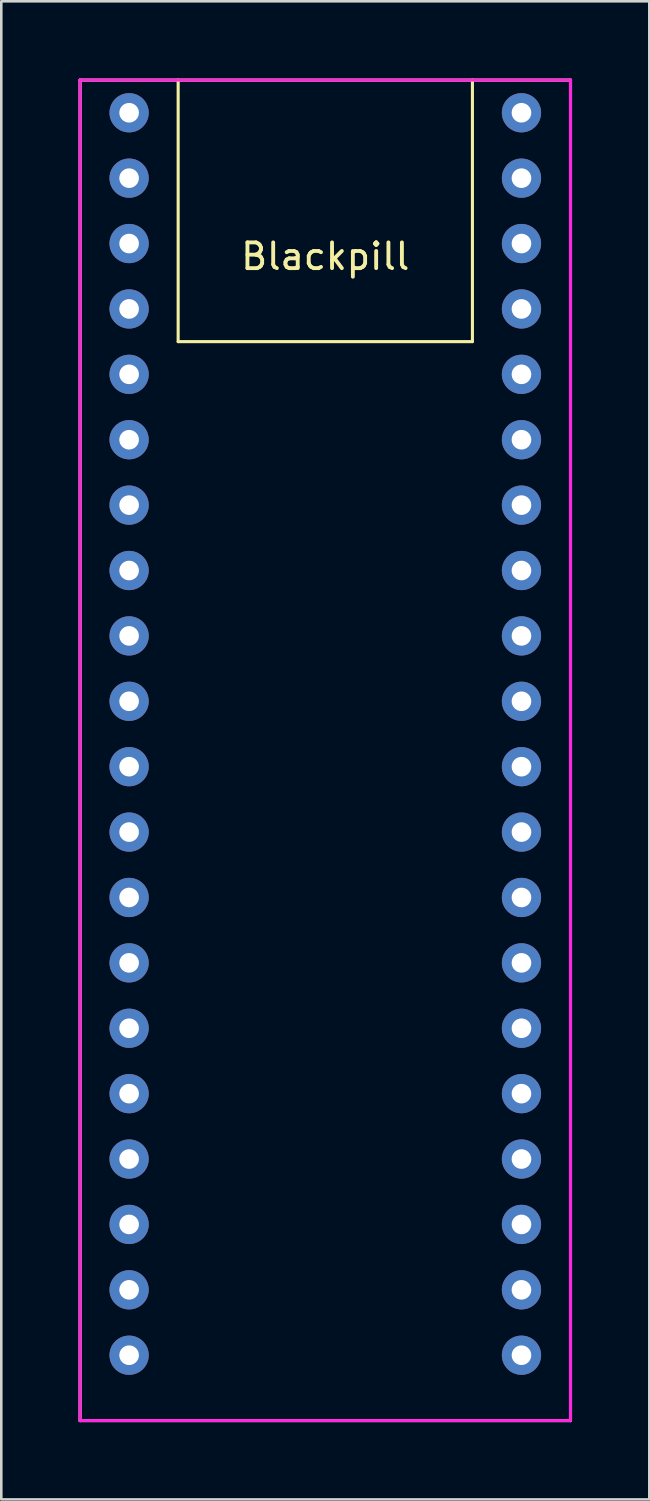
<source format=kicad_pcb>
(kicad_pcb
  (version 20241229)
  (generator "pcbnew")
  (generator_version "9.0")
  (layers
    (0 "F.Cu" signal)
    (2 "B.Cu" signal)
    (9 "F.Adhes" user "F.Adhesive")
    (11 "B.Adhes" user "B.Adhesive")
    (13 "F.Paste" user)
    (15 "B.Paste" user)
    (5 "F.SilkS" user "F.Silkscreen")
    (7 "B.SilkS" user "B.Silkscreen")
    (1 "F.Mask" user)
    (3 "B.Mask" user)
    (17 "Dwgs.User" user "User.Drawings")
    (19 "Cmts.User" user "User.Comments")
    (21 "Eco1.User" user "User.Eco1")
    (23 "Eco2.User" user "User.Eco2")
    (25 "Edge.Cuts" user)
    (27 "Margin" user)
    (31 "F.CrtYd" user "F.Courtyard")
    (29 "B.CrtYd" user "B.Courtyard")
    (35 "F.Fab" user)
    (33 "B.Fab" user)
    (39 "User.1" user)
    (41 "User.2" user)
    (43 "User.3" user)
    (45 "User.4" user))
  (footprint "Blackpill"
    (layer "F.Cu")
    (at 9.585 6.41)
    (property "Reference" "Blackpill" (at 0 0.5 0) (layer "F.SilkS") (effects (font (size 1 1) (thickness 0.15))))
    (attr through_hole)
    (fp_line (start -9.525 -6.35) (end 9.525 -6.35) (stroke (width 0.12) (type solid)) (layer "F.SilkS"))
    (fp_line (start -9.525 45.72) (end -9.525 -6.35) (stroke (width 0.12) (type solid)) (layer "F.SilkS"))
    (fp_line (start -5.715 -6.35) (end -5.715 3.81) (stroke (width 0.12) (type solid)) (layer "F.SilkS"))
    (fp_line (start -5.715 3.81) (end 5.715 3.81) (stroke (width 0.12) (type solid)) (layer "F.SilkS"))
    (fp_line (start 5.715 3.81) (end 5.715 -6.35) (stroke (width 0.12) (type solid)) (layer "F.SilkS"))
    (fp_line (start 9.525 -6.35) (end 9.525 45.72) (stroke (width 0.12) (type solid)) (layer "F.SilkS"))
    (fp_line (start 9.525 45.72) (end -9.525 45.72) (stroke (width 0.12) (type solid)) (layer "F.SilkS"))
    (fp_line (start -6.35 4.445) (end -6.35 15.24) (stroke (width 0.12) (type solid)) (layer "Eco2.User"))
    (fp_line (start -6.35 15.24) (end 6.35 15.24) (stroke (width 0.12) (type solid)) (layer "Eco2.User"))
    (fp_line (start 6.35 4.445) (end -6.35 4.445) (stroke (width 0.12) (type solid)) (layer "Eco2.User"))
    (fp_line (start 6.35 15.24) (end 6.35 4.445) (stroke (width 0.12) (type solid)) (layer "Eco2.User"))
    (fp_line (start -9.525 -6.35) (end 9.525 -6.35) (stroke (width 0.12) (type solid)) (layer "F.CrtYd"))
    (fp_line (start -9.525 45.72) (end -9.525 -6.35) (stroke (width 0.12) (type solid)) (layer "F.CrtYd"))
    (fp_line (start 9.525 -6.35) (end 9.525 45.72) (stroke (width 0.12) (type solid)) (layer "F.CrtYd"))
    (fp_line (start 9.525 45.72) (end -9.525 45.72) (stroke (width 0.12) (type solid)) (layer "F.CrtYd"))
    (pad "1" thru_hole circle (at 7.62 -5.08) (size 1.524 1.524) (drill 0.762) (layers "*.Cu" "*.Mask"))
    (pad "2" thru_hole circle (at 7.62 -2.54) (size 1.524 1.524) (drill 0.762) (layers "*.Cu" "*.Mask"))
    (pad "3" thru_hole circle (at 7.62 0) (size 1.524 1.524) (drill 0.762) (layers "*.Cu" "*.Mask"))
    (pad "4" thru_hole circle (at 7.62 2.54) (size 1.524 1.524) (drill 0.762) (layers "*.Cu" "*.Mask"))
    (pad "5" thru_hole circle (at 7.62 5.08) (size 1.524 1.524) (drill 0.762) (layers "*.Cu" "*.Mask"))
    (pad "6" thru_hole circle (at 7.62 7.62) (size 1.524 1.524) (drill 0.762) (layers "*.Cu" "*.Mask"))
    (pad "7" thru_hole circle (at 7.62 10.16) (size 1.524 1.524) (drill 0.762) (layers "*.Cu" "*.Mask"))
    (pad "8" thru_hole circle (at 7.62 12.7) (size 1.524 1.524) (drill 0.762) (layers "*.Cu" "*.Mask"))
    (pad "9" thru_hole circle (at 7.62 15.24) (size 1.524 1.524) (drill 0.762) (layers "*.Cu" "*.Mask"))
    (pad "10" thru_hole circle (at 7.62 17.78) (size 1.524 1.524) (drill 0.762) (layers "*.Cu" "*.Mask"))
    (pad "11" thru_hole circle (at 7.62 20.32) (size 1.524 1.524) (drill 0.762) (layers "*.Cu" "*.Mask"))
    (pad "12" thru_hole circle (at 7.62 22.86) (size 1.524 1.524) (drill 0.762) (layers "*.Cu" "*.Mask"))
    (pad "13" thru_hole circle (at 7.62 25.4) (size 1.524 1.524) (drill 0.762) (layers "*.Cu" "*.Mask"))
    (pad "14" thru_hole circle (at 7.62 27.94) (size 1.524 1.524) (drill 0.762) (layers "*.Cu" "*.Mask"))
    (pad "15" thru_hole circle (at 7.62 30.48) (size 1.524 1.524) (drill 0.762) (layers "*.Cu" "*.Mask"))
    (pad "16" thru_hole circle (at 7.62 33.02) (size 1.524 1.524) (drill 0.762) (layers "*.Cu" "*.Mask"))
    (pad "17" thru_hole circle (at 7.62 35.56) (size 1.524 1.524) (drill 0.762) (layers "*.Cu" "*.Mask"))
    (pad "18" thru_hole circle (at 7.62 38.1) (size 1.524 1.524) (drill 0.762) (layers "*.Cu" "*.Mask"))
    (pad "19" thru_hole circle (at 7.62 40.64) (size 1.524 1.524) (drill 0.762) (layers "*.Cu" "*.Mask"))
    (pad "20" thru_hole circle (at 7.62 43.18) (size 1.524 1.524) (drill 0.762) (layers "*.Cu" "*.Mask"))
    (pad "21" thru_hole circle (at -7.62 43.18) (size 1.524 1.524) (drill 0.762) (layers "*.Cu" "*.Mask"))
    (pad "22" thru_hole circle (at -7.62 40.64) (size 1.524 1.524) (drill 0.762) (layers "*.Cu" "*.Mask"))
    (pad "23" thru_hole circle (at -7.62 38.1) (size 1.524 1.524) (drill 0.762) (layers "*.Cu" "*.Mask"))
    (pad "24" thru_hole circle (at -7.62 35.56) (size 1.524 1.524) (drill 0.762) (layers "*.Cu" "*.Mask"))
    (pad "25" thru_hole circle (at -7.62 33.02) (size 1.524 1.524) (drill 0.762) (layers "*.Cu" "*.Mask"))
    (pad "26" thru_hole circle (at -7.62 30.48) (size 1.524 1.524) (drill 0.762) (layers "*.Cu" "*.Mask"))
    (pad "27" thru_hole circle (at -7.62 27.94) (size 1.524 1.524) (drill 0.762) (layers "*.Cu" "*.Mask"))
    (pad "28" thru_hole circle (at -7.62 25.4) (size 1.524 1.524) (drill 0.762) (layers "*.Cu" "*.Mask"))
    (pad "29" thru_hole circle (at -7.62 22.86) (size 1.524 1.524) (drill 0.762) (layers "*.Cu" "*.Mask"))
    (pad "30" thru_hole circle (at -7.62 20.32) (size 1.524 1.524) (drill 0.762) (layers "*.Cu" "*.Mask"))
    (pad "31" thru_hole circle (at -7.62 17.78) (size 1.524 1.524) (drill 0.762) (layers "*.Cu" "*.Mask"))
    (pad "32" thru_hole circle (at -7.62 15.24) (size 1.524 1.524) (drill 0.762) (layers "*.Cu" "*.Mask"))
    (pad "33" thru_hole circle (at -7.62 12.7) (size 1.524 1.524) (drill 0.762) (layers "*.Cu" "*.Mask"))
    (pad "34" thru_hole circle (at -7.62 10.16) (size 1.524 1.524) (drill 0.762) (layers "*.Cu" "*.Mask"))
    (pad "35" thru_hole circle (at -7.62 7.62) (size 1.524 1.524) (drill 0.762) (layers "*.Cu" "*.Mask"))
    (pad "36" thru_hole circle (at -7.62 5.08) (size 1.524 1.524) (drill 0.762) (layers "*.Cu" "*.Mask"))
    (pad "37" thru_hole circle (at -7.62 2.54) (size 1.524 1.524) (drill 0.762) (layers "*.Cu" "*.Mask"))
    (pad "38" thru_hole circle (at -7.62 0) (size 1.524 1.524) (drill 0.762) (layers "*.Cu" "*.Mask"))
    (pad "39" thru_hole circle (at -7.62 -2.54) (size 1.524 1.524) (drill 0.762) (layers "*.Cu" "*.Mask"))
    (pad "40" thru_hole circle (at -7.62 -5.08) (size 1.524 1.524) (drill 0.762) (layers "*.Cu" "*.Mask")))
  (gr_rect
    (start -3 -3)
    (end 22.17 55.19)
    (stroke (width 0.1) (type default))
    (fill no)
    (layer "Edge.Cuts")))
</source>
